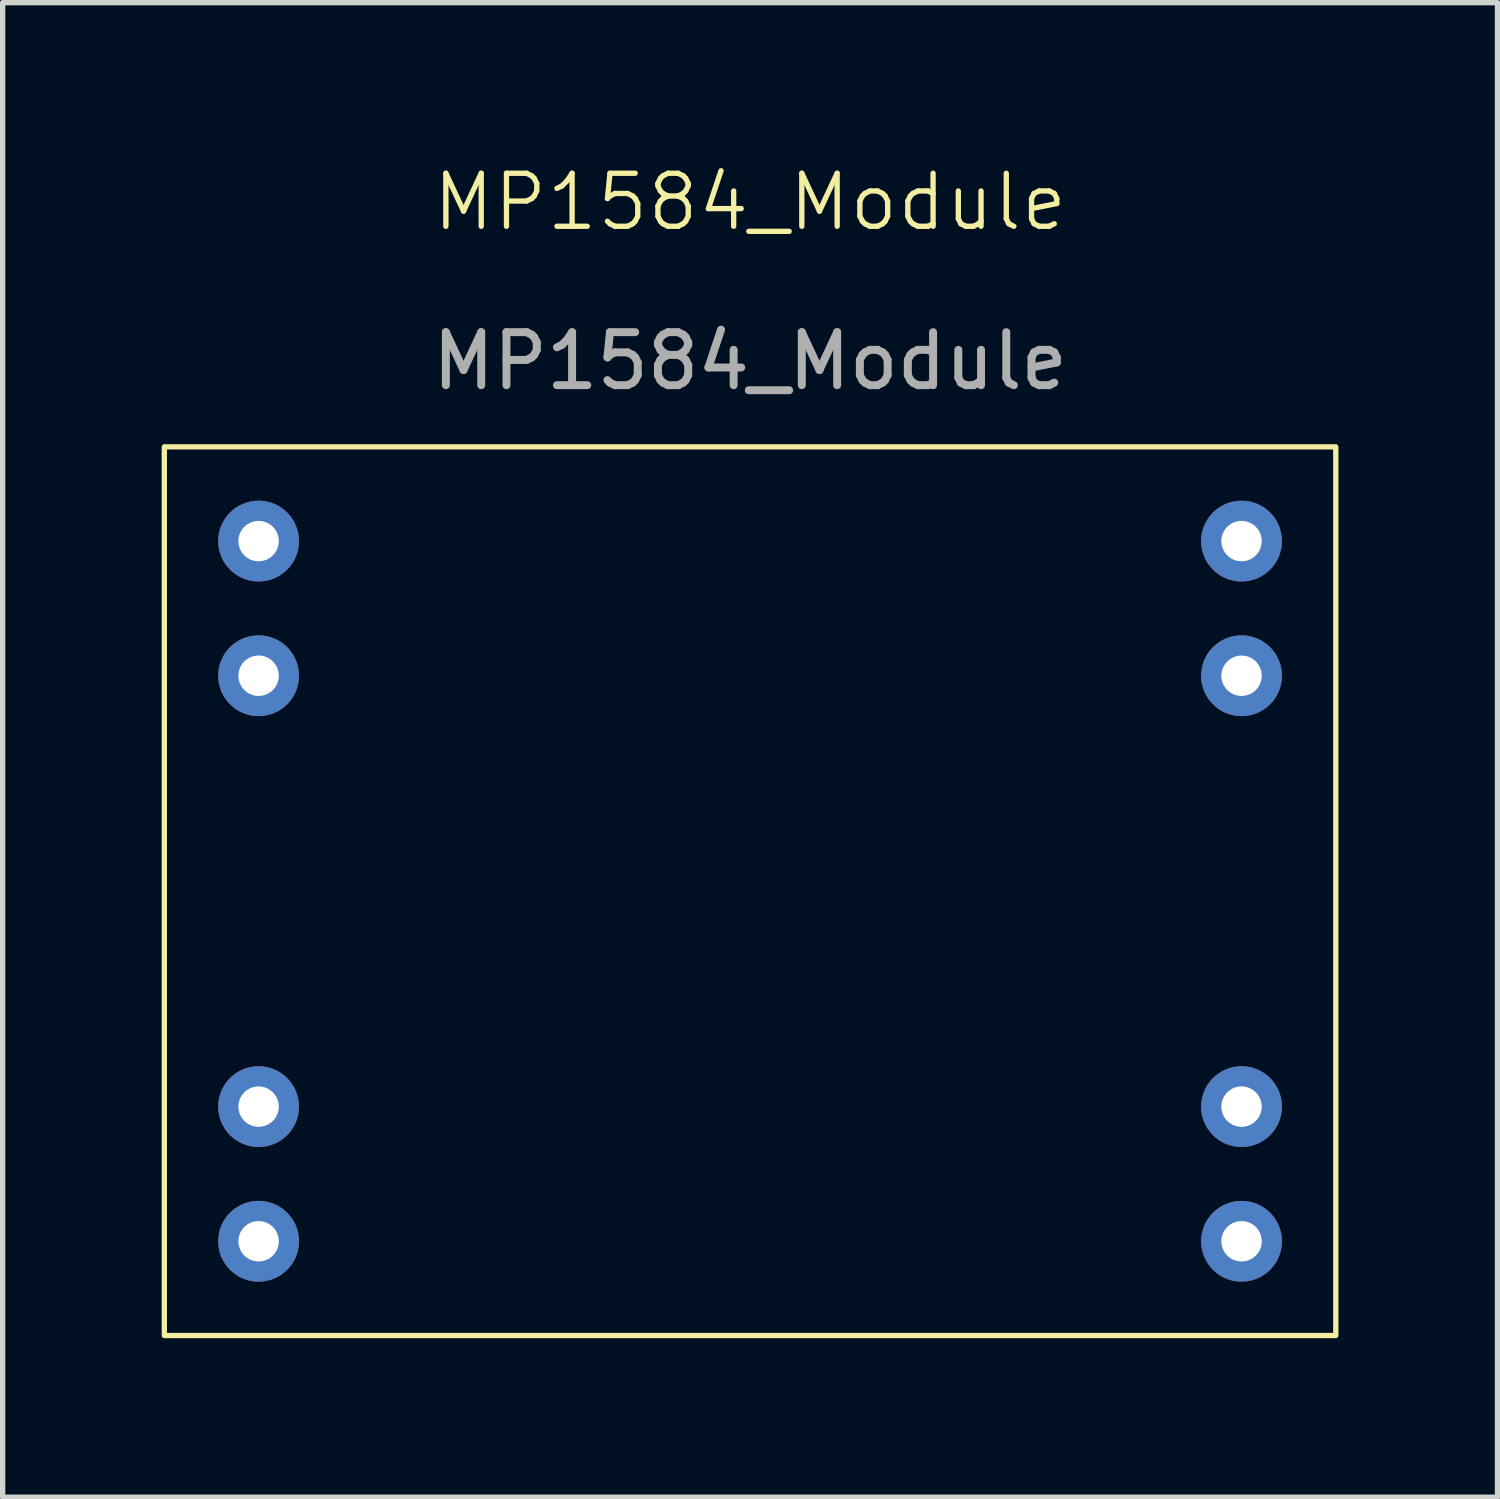
<source format=kicad_pcb>
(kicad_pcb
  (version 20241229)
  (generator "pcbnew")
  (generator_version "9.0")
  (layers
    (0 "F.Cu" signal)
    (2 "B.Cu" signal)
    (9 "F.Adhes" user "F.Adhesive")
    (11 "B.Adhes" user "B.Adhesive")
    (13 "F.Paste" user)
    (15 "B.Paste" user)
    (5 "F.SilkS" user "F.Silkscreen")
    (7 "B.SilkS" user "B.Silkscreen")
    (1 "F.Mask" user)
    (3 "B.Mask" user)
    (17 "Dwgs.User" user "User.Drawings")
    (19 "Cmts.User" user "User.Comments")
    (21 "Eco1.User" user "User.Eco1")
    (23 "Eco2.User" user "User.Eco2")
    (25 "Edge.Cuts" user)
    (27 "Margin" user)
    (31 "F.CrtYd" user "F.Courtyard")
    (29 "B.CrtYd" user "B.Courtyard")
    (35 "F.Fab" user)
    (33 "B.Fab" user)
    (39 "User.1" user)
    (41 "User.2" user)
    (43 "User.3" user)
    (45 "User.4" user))
  (footprint "MP1584_Module"
    (layer "F.Cu")
    (at 11.099 13.761)
    (property "Reference" "MP1584_Module" (at 0 -13 0) (unlocked yes) (layer "F.SilkS") (effects (font (size 1 1) (thickness 0.1))))
    (attr through_hole)
    (fp_rect (start -11.049 -8.382) (end 11.049 8.382) (stroke (width 0.1) (type default)) (fill no) (layer "F.SilkS"))
    (fp_text user "${REFERENCE}" (at 0 -10 0) (unlocked yes) (layer "F.Fab") (effects (font (size 1 1) (thickness 0.15))))
    (pad "1" thru_hole circle (at -9.271 4.064) (size 1.524 1.524) (drill 0.762) (layers "*.Cu" "*.Mask"))
    (pad "2" thru_hole circle (at -9.271 6.604) (size 1.524 1.524) (drill 0.762) (layers "*.Cu" "*.Mask"))
    (pad "3" thru_hole circle (at -9.271 -6.604) (size 1.524 1.524) (drill 0.762) (layers "*.Cu" "*.Mask"))
    (pad "4" thru_hole circle (at -9.271 -4.064) (size 1.524 1.524) (drill 0.762) (layers "*.Cu" "*.Mask"))
    (pad "5" thru_hole circle (at 9.271 -6.604) (size 1.524 1.524) (drill 0.762) (layers "*.Cu" "*.Mask"))
    (pad "6" thru_hole circle (at 9.271 -4.064) (size 1.524 1.524) (drill 0.762) (layers "*.Cu" "*.Mask"))
    (pad "7" thru_hole circle (at 9.271 4.064) (size 1.524 1.524) (drill 0.762) (layers "*.Cu" "*.Mask"))
    (pad "8" thru_hole circle (at 9.271 6.604) (size 1.524 1.524) (drill 0.762) (layers "*.Cu" "*.Mask")))
  (gr_rect
    (start -3 -3)
    (end 25.198 25.192)
    (stroke (width 0.1) (type default))
    (fill no)
    (layer "Edge.Cuts")))
</source>
